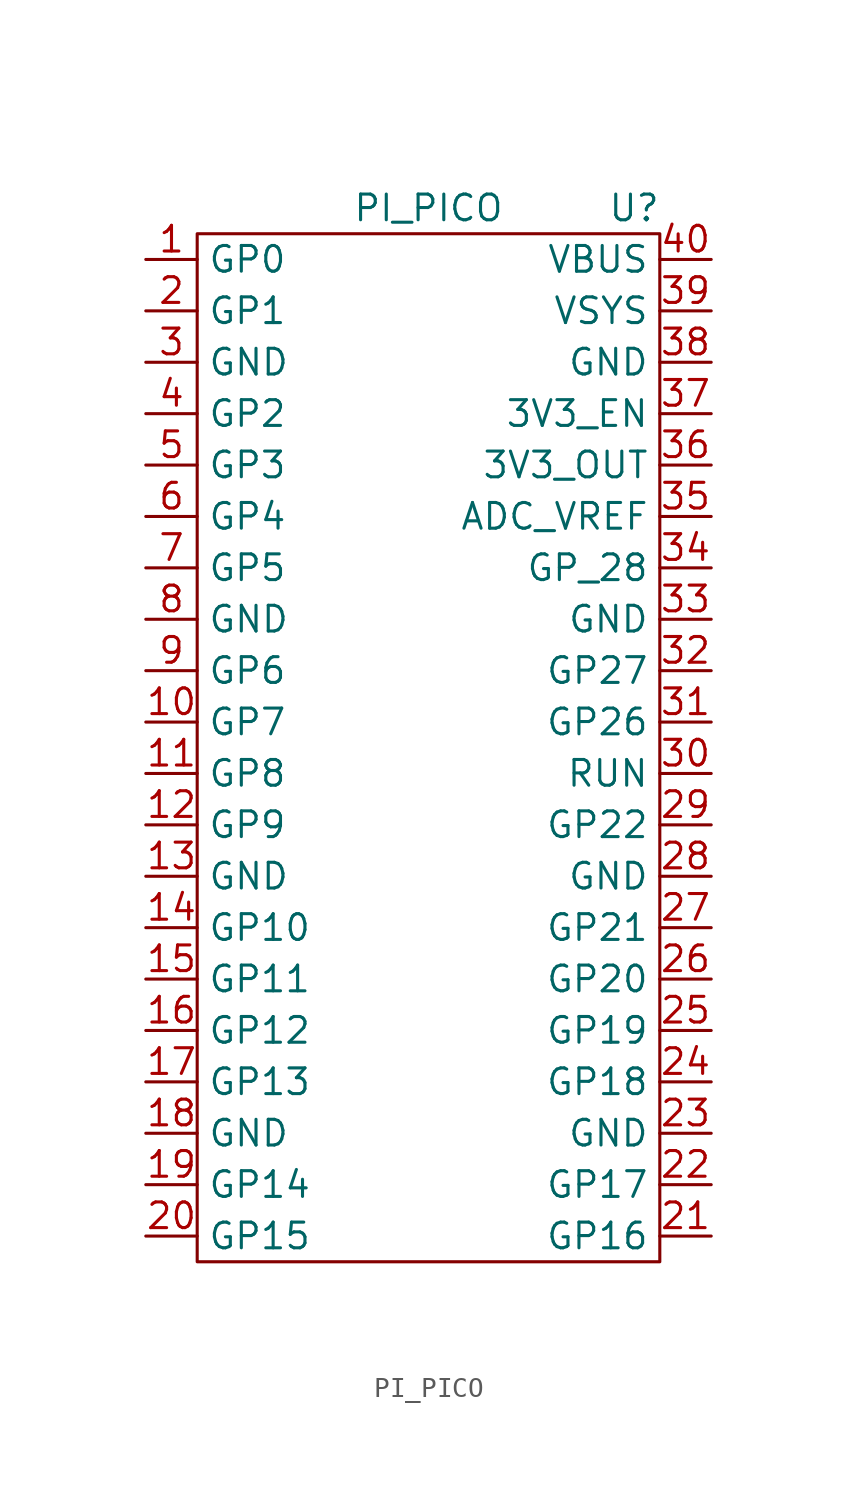
<source format=kicad_sym>
(kicad_symbol_lib
  (version 20211014)
  (generator kicad_symbol_editor)
  (symbol "PI_PICO"
    (property "Reference" "U"
      (at 10.16 24.13 0)
      (effects (font (size 1.27 1.27))))
    (property "Value" "PI_PICO"
      (at 0 24.13 0)
      (effects (font (size 1.27 1.27))))
    (symbol "PI_PICO_0_1"
      (rectangle (start -11.43 22.86) (end 11.43 -27.94) (stroke (width 0) (type default) (color 0 0 0 0)) (fill (type none))))
    (symbol "PI_PICO_1_1"
      (pin input line (at -13.97 21.59 0) (length 2.54) (name "GP0" (effects (font (size 1.27 1.27)))) (number "1" (effects (font (size 1.27 1.27)))))
      (pin passive line (at -13.97 -1.27 0) (length 2.54) (name "GP7" (effects (font (size 1.27 1.27)))) (number "10" (effects (font (size 1.27 1.27)))))
      (pin passive line (at -13.97 -3.81 0) (length 2.54) (name "GP8" (effects (font (size 1.27 1.27)))) (number "11" (effects (font (size 1.27 1.27)))))
      (pin passive line (at -13.97 -6.35 0) (length 2.54) (name "GP9" (effects (font (size 1.27 1.27)))) (number "12" (effects (font (size 1.27 1.27)))))
      (pin passive line (at -13.97 -8.89 0) (length 2.54) (name "GND" (effects (font (size 1.27 1.27)))) (number "13" (effects (font (size 1.27 1.27)))))
      (pin passive line (at -13.97 -11.43 0) (length 2.54) (name "GP10" (effects (font (size 1.27 1.27)))) (number "14" (effects (font (size 1.27 1.27)))))
      (pin passive line (at -13.97 -13.97 0) (length 2.54) (name "GP11" (effects (font (size 1.27 1.27)))) (number "15" (effects (font (size 1.27 1.27)))))
      (pin passive line (at -13.97 -16.51 0) (length 2.54) (name "GP12" (effects (font (size 1.27 1.27)))) (number "16" (effects (font (size 1.27 1.27)))))
      (pin passive line (at -13.97 -19.05 0) (length 2.54) (name "GP13" (effects (font (size 1.27 1.27)))) (number "17" (effects (font (size 1.27 1.27)))))
      (pin passive line (at -13.97 -21.59 0) (length 2.54) (name "GND" (effects (font (size 1.27 1.27)))) (number "18" (effects (font (size 1.27 1.27)))))
      (pin passive line (at -13.97 -24.13 0) (length 2.54) (name "GP14" (effects (font (size 1.27 1.27)))) (number "19" (effects (font (size 1.27 1.27)))))
      (pin passive line (at -13.97 19.05 0) (length 2.54) (name "GP1" (effects (font (size 1.27 1.27)))) (number "2" (effects (font (size 1.27 1.27)))))
      (pin passive line (at -13.97 -26.67 0) (length 2.54) (name "GP15" (effects (font (size 1.27 1.27)))) (number "20" (effects (font (size 1.27 1.27)))))
      (pin passive line (at 13.97 -26.67 180) (length 2.54) (name "GP16" (effects (font (size 1.27 1.27)))) (number "21" (effects (font (size 1.27 1.27)))))
      (pin passive line (at 13.97 -24.13 180) (length 2.54) (name "GP17" (effects (font (size 1.27 1.27)))) (number "22" (effects (font (size 1.27 1.27)))))
      (pin passive line (at 13.97 -21.59 180) (length 2.54) (name "GND" (effects (font (size 1.27 1.27)))) (number "23" (effects (font (size 1.27 1.27)))))
      (pin passive line (at 13.97 -19.05 180) (length 2.54) (name "GP18" (effects (font (size 1.27 1.27)))) (number "24" (effects (font (size 1.27 1.27)))))
      (pin passive line (at 13.97 -16.51 180) (length 2.54) (name "GP19" (effects (font (size 1.27 1.27)))) (number "25" (effects (font (size 1.27 1.27)))))
      (pin passive line (at 13.97 -13.97 180) (length 2.54) (name "GP20" (effects (font (size 1.27 1.27)))) (number "26" (effects (font (size 1.27 1.27)))))
      (pin passive line (at 13.97 -11.43 180) (length 2.54) (name "GP21" (effects (font (size 1.27 1.27)))) (number "27" (effects (font (size 1.27 1.27)))))
      (pin passive line (at 13.97 -8.89 180) (length 2.54) (name "GND" (effects (font (size 1.27 1.27)))) (number "28" (effects (font (size 1.27 1.27)))))
      (pin passive line (at 13.97 -6.35 180) (length 2.54) (name "GP22" (effects (font (size 1.27 1.27)))) (number "29" (effects (font (size 1.27 1.27)))))
      (pin passive line (at -13.97 16.51 0) (length 2.54) (name "GND" (effects (font (size 1.27 1.27)))) (number "3" (effects (font (size 1.27 1.27)))))
      (pin passive line (at 13.97 -3.81 180) (length 2.54) (name "RUN" (effects (font (size 1.27 1.27)))) (number "30" (effects (font (size 1.27 1.27)))))
      (pin passive line (at 13.97 -1.27 180) (length 2.54) (name "GP26" (effects (font (size 1.27 1.27)))) (number "31" (effects (font (size 1.27 1.27)))))
      (pin passive line (at 13.97 1.27 180) (length 2.54) (name "GP27" (effects (font (size 1.27 1.27)))) (number "32" (effects (font (size 1.27 1.27)))))
      (pin passive line (at 13.97 3.81 180) (length 2.54) (name "GND" (effects (font (size 1.27 1.27)))) (number "33" (effects (font (size 1.27 1.27)))))
      (pin passive line (at 13.97 6.35 180) (length 2.54) (name "GP_28" (effects (font (size 1.27 1.27)))) (number "34" (effects (font (size 1.27 1.27)))))
      (pin passive line (at 13.97 8.89 180) (length 2.54) (name "ADC_VREF" (effects (font (size 1.27 1.27)))) (number "35" (effects (font (size 1.27 1.27)))))
      (pin passive line (at 13.97 11.43 180) (length 2.54) (name "3V3_OUT" (effects (font (size 1.27 1.27)))) (number "36" (effects (font (size 1.27 1.27)))))
      (pin passive line (at 13.97 13.97 180) (length 2.54) (name "3V3_EN" (effects (font (size 1.27 1.27)))) (number "37" (effects (font (size 1.27 1.27)))))
      (pin passive line (at 13.97 16.51 180) (length 2.54) (name "GND" (effects (font (size 1.27 1.27)))) (number "38" (effects (font (size 1.27 1.27)))))
      (pin passive line (at 13.97 19.05 180) (length 2.54) (name "VSYS" (effects (font (size 1.27 1.27)))) (number "39" (effects (font (size 1.27 1.27)))))
      (pin passive line (at -13.97 13.97 0) (length 2.54) (name "GP2" (effects (font (size 1.27 1.27)))) (number "4" (effects (font (size 1.27 1.27)))))
      (pin passive line (at 13.97 21.59 180) (length 2.54) (name "VBUS" (effects (font (size 1.27 1.27)))) (number "40" (effects (font (size 1.27 1.27)))))
      (pin passive line (at -13.97 11.43 0) (length 2.54) (name "GP3" (effects (font (size 1.27 1.27)))) (number "5" (effects (font (size 1.27 1.27)))))
      (pin passive line (at -13.97 8.89 0) (length 2.54) (name "GP4" (effects (font (size 1.27 1.27)))) (number "6" (effects (font (size 1.27 1.27)))))
      (pin passive line (at -13.97 6.35 0) (length 2.54) (name "GP5" (effects (font (size 1.27 1.27)))) (number "7" (effects (font (size 1.27 1.27)))))
      (pin passive line (at -13.97 3.81 0) (length 2.54) (name "GND" (effects (font (size 1.27 1.27)))) (number "8" (effects (font (size 1.27 1.27)))))
      (pin passive line (at -13.97 1.27 0) (length 2.54) (name "GP6" (effects (font (size 1.27 1.27)))) (number "9" (effects (font (size 1.27 1.27))))))))
</source>
